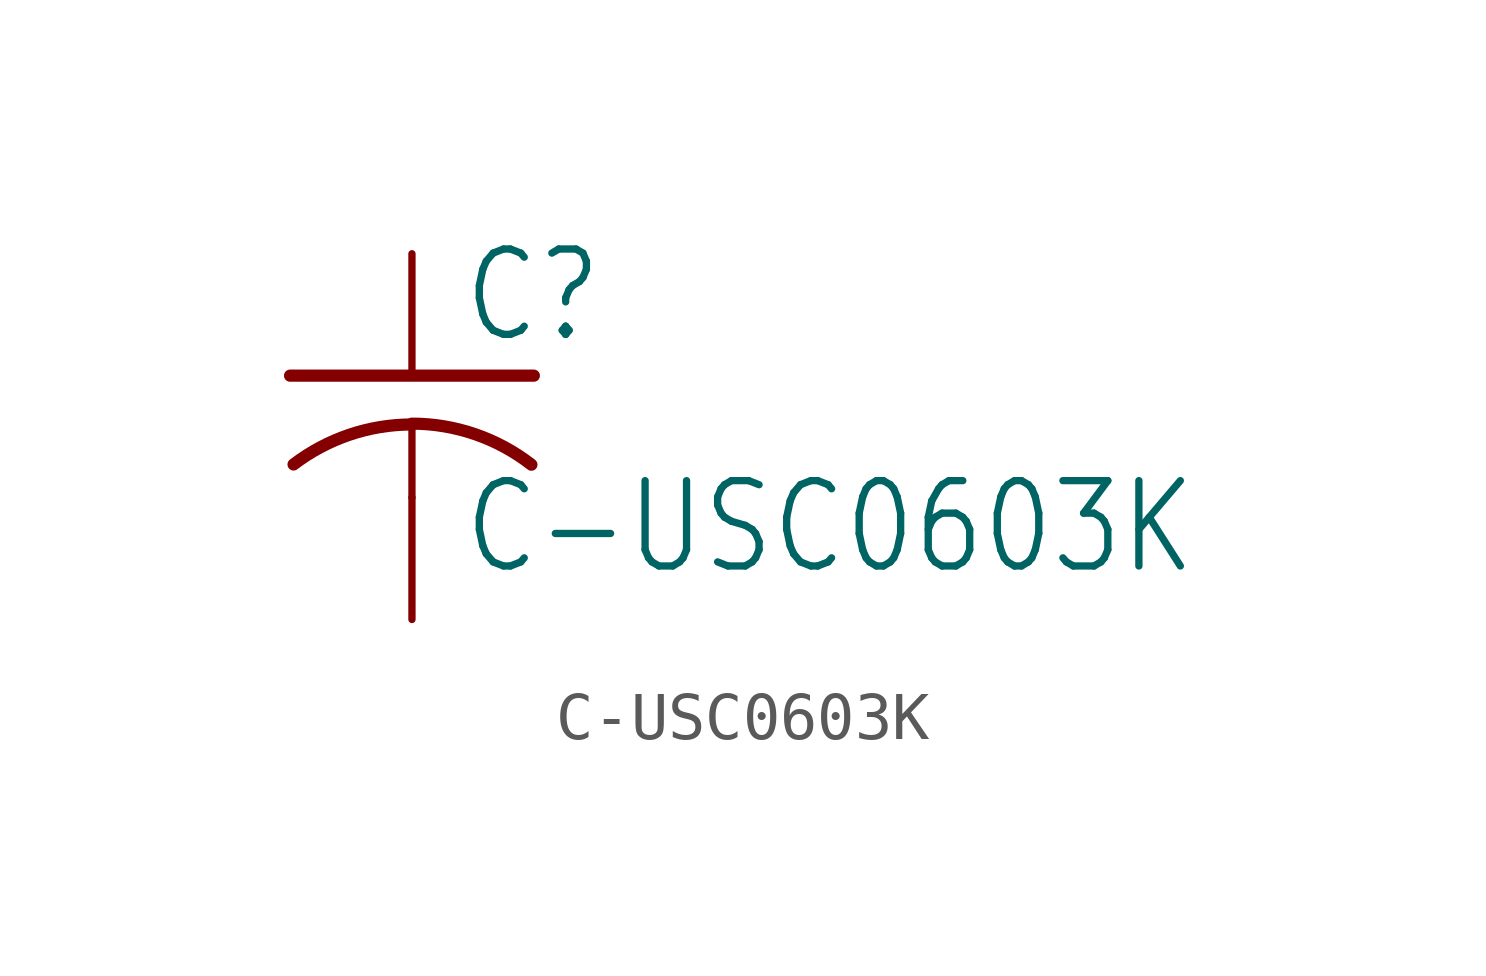
<source format=kicad_sym>
(kicad_symbol_lib
  (version 20211014)
  (generator kicad_symbol_editor)
  (symbol "C-USC0603K"
    (property "Reference" "C"
      (at 1.016 0.635 0)
      (effects (font (size 1.778 1.511)) (justify left bottom)))
    (property "Value" "C-USC0603K"
      (at 1.016 -4.191 0)
      (effects (font (size 1.778 1.511)) (justify left bottom)))
    (property "ki_locked" ""
      (at 0 0 0)
      (effects (font (size 1.27 1.27))))
    (symbol "C-USC0603K_1_0"
      (arc (start 0 -1.0161) (mid -1.302 -1.2303) (end -2.4668 -1.8504) (stroke (width 0.254) (type default) (color 0 0 0 0)) (fill (type none)))
      (polyline (pts (xy -2.54 0) (xy 2.54 0)) (stroke (width 0.254) (type default) (color 0 0 0 0)) (fill (type none)))
      (polyline (pts (xy 0 -1.016) (xy 0 -2.54)) (stroke (width 0.152) (type default) (color 0 0 0 0)) (fill (type none)))
      (arc (start 2.4892 -1.8542) (mid 1.3158 -1.2195) (end 0 -1) (stroke (width 0.254) (type default) (color 0 0 0 0)) (fill (type none)))
      (pin passive line (at 0 2.54 270) (length 2.54) (name "1" (effects (font (size 0 0)))) (number "1" (effects (font (size 0 0)))))
      (pin passive line (at 0 -5.08 90) (length 2.54) (name "2" (effects (font (size 0 0)))) (number "2" (effects (font (size 0 0))))))))
</source>
